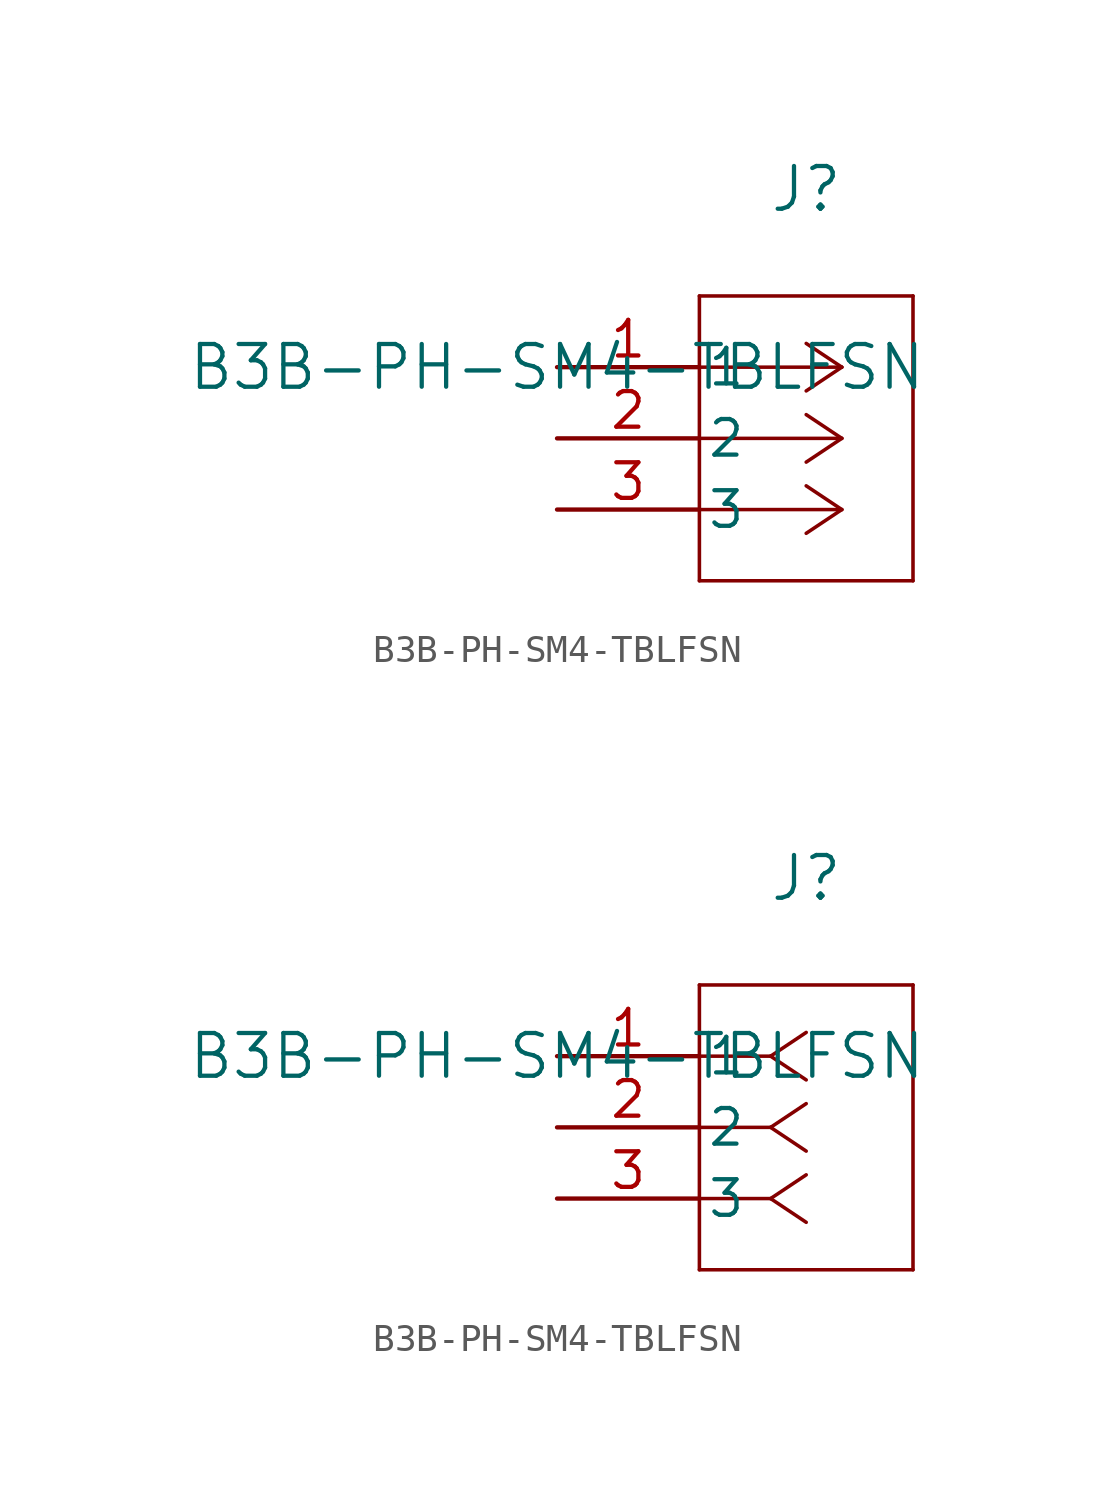
<source format=kicad_sym>
(kicad_symbol_lib
  (version 20211014)
  (generator kicad_symbol_editor)
  (symbol "B3B-PH-SM4-TBLFSN"
    (pin_names
      (offset 0.254))
    (property "Reference" "J"
      (at 8.89 6.35 0)
      (effects (font (size 1.524 1.524))))
    (property "Value" "B3B-PH-SM4-TBLFSN"
      (at 0 0 0)
      (effects (font (size 1.524 1.524))))
    (symbol "B3B-PH-SM4-TBLFSN_1_1"
      (polyline (pts (xy 10.16 0) (xy 5.08 0)) (stroke (width 0.127) (type default) (color 0 0 0 0)) (fill (type none)))
      (polyline (pts (xy 10.16 -2.54) (xy 5.08 -2.54)) (stroke (width 0.127) (type default) (color 0 0 0 0)) (fill (type none)))
      (polyline (pts (xy 10.16 -5.08) (xy 5.08 -5.08)) (stroke (width 0.127) (type default) (color 0 0 0 0)) (fill (type none)))
      (polyline (pts (xy 10.16 0) (xy 8.89 0.847)) (stroke (width 0.127) (type default) (color 0 0 0 0)) (fill (type none)))
      (polyline (pts (xy 10.16 -2.54) (xy 8.89 -1.693)) (stroke (width 0.127) (type default) (color 0 0 0 0)) (fill (type none)))
      (polyline (pts (xy 10.16 -5.08) (xy 8.89 -4.233)) (stroke (width 0.127) (type default) (color 0 0 0 0)) (fill (type none)))
      (polyline (pts (xy 10.16 0) (xy 8.89 -0.847)) (stroke (width 0.127) (type default) (color 0 0 0 0)) (fill (type none)))
      (polyline (pts (xy 10.16 -2.54) (xy 8.89 -3.387)) (stroke (width 0.127) (type default) (color 0 0 0 0)) (fill (type none)))
      (polyline (pts (xy 10.16 -5.08) (xy 8.89 -5.927)) (stroke (width 0.127) (type default) (color 0 0 0 0)) (fill (type none)))
      (polyline (pts (xy 5.08 2.54) (xy 5.08 -7.62)) (stroke (width 0.127) (type default) (color 0 0 0 0)) (fill (type none)))
      (polyline (pts (xy 5.08 -7.62) (xy 12.7 -7.62)) (stroke (width 0.127) (type default) (color 0 0 0 0)) (fill (type none)))
      (polyline (pts (xy 12.7 -7.62) (xy 12.7 2.54)) (stroke (width 0.127) (type default) (color 0 0 0 0)) (fill (type none)))
      (polyline (pts (xy 12.7 2.54) (xy 5.08 2.54)) (stroke (width 0.127) (type default) (color 0 0 0 0)) (fill (type none)))
      (pin unspecified line (at 0 0 0) (length 5.08) (name "1" (effects (font (size 1.27 1.27)))) (number "1" (effects (font (size 1.27 1.27)))))
      (pin unspecified line (at 0 -2.54 0) (length 5.08) (name "2" (effects (font (size 1.27 1.27)))) (number "2" (effects (font (size 1.27 1.27)))))
      (pin unspecified line (at 0 -5.08 0) (length 5.08) (name "3" (effects (font (size 1.27 1.27)))) (number "3" (effects (font (size 1.27 1.27))))))
    (symbol "B3B-PH-SM4-TBLFSN_1_2"
      (polyline (pts (xy 7.62 0) (xy 5.08 0)) (stroke (width 0.127) (type default) (color 0 0 0 0)) (fill (type none)))
      (polyline (pts (xy 7.62 -2.54) (xy 5.08 -2.54)) (stroke (width 0.127) (type default) (color 0 0 0 0)) (fill (type none)))
      (polyline (pts (xy 7.62 -5.08) (xy 5.08 -5.08)) (stroke (width 0.127) (type default) (color 0 0 0 0)) (fill (type none)))
      (polyline (pts (xy 7.62 0) (xy 8.89 0.847)) (stroke (width 0.127) (type default) (color 0 0 0 0)) (fill (type none)))
      (polyline (pts (xy 7.62 -2.54) (xy 8.89 -1.693)) (stroke (width 0.127) (type default) (color 0 0 0 0)) (fill (type none)))
      (polyline (pts (xy 7.62 -5.08) (xy 8.89 -4.233)) (stroke (width 0.127) (type default) (color 0 0 0 0)) (fill (type none)))
      (polyline (pts (xy 7.62 0) (xy 8.89 -0.847)) (stroke (width 0.127) (type default) (color 0 0 0 0)) (fill (type none)))
      (polyline (pts (xy 7.62 -2.54) (xy 8.89 -3.387)) (stroke (width 0.127) (type default) (color 0 0 0 0)) (fill (type none)))
      (polyline (pts (xy 7.62 -5.08) (xy 8.89 -5.927)) (stroke (width 0.127) (type default) (color 0 0 0 0)) (fill (type none)))
      (polyline (pts (xy 5.08 2.54) (xy 5.08 -7.62)) (stroke (width 0.127) (type default) (color 0 0 0 0)) (fill (type none)))
      (polyline (pts (xy 5.08 -7.62) (xy 12.7 -7.62)) (stroke (width 0.127) (type default) (color 0 0 0 0)) (fill (type none)))
      (polyline (pts (xy 12.7 -7.62) (xy 12.7 2.54)) (stroke (width 0.127) (type default) (color 0 0 0 0)) (fill (type none)))
      (polyline (pts (xy 12.7 2.54) (xy 5.08 2.54)) (stroke (width 0.127) (type default) (color 0 0 0 0)) (fill (type none)))
      (pin unspecified line (at 0 0 0) (length 5.08) (name "1" (effects (font (size 1.27 1.27)))) (number "1" (effects (font (size 1.27 1.27)))))
      (pin unspecified line (at 0 -2.54 0) (length 5.08) (name "2" (effects (font (size 1.27 1.27)))) (number "2" (effects (font (size 1.27 1.27)))))
      (pin unspecified line (at 0 -5.08 0) (length 5.08) (name "3" (effects (font (size 1.27 1.27)))) (number "3" (effects (font (size 1.27 1.27))))))))
</source>
